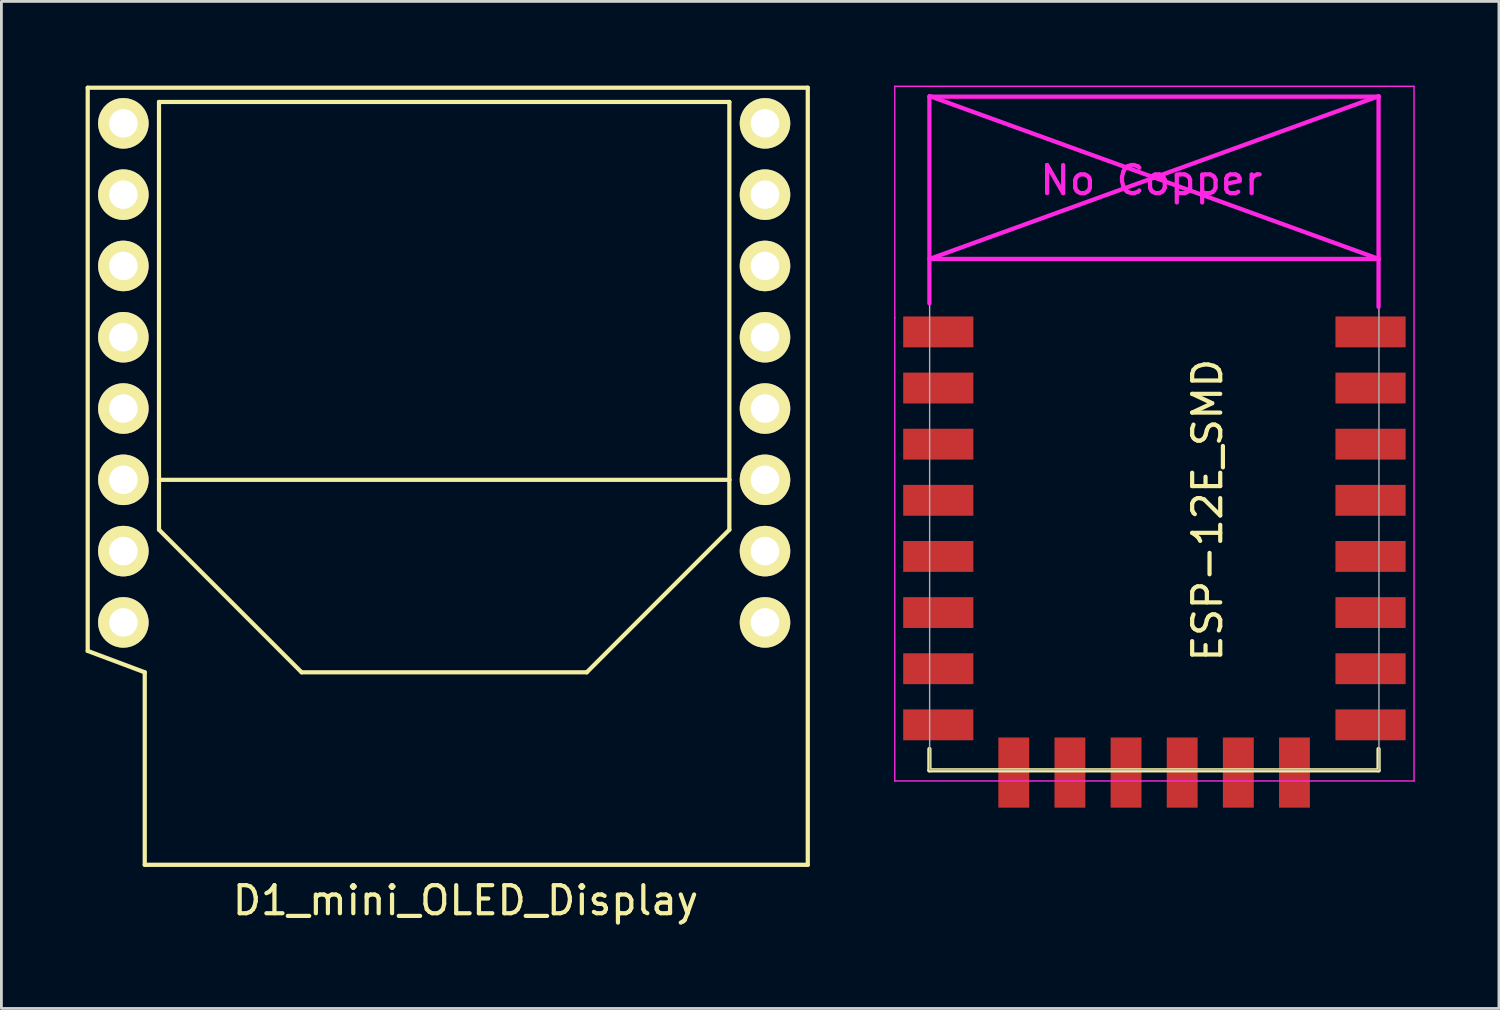
<source format=kicad_pcb>
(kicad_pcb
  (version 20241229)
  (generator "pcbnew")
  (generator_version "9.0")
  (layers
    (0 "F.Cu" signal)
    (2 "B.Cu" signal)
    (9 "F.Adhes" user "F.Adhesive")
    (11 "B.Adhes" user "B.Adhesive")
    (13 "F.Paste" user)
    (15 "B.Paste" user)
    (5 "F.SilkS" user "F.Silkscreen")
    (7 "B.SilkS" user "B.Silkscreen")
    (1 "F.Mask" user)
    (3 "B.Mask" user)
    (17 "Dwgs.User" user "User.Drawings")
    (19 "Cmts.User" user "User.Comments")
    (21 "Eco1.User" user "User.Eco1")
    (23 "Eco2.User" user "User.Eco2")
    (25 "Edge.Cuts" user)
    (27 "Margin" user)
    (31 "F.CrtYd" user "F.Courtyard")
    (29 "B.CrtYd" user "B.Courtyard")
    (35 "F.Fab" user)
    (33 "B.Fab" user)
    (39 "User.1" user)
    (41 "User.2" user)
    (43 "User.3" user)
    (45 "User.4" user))
  (footprint "D1_mini_OLED_Display"
    (layer "F.Cu")
    (at 12.775 11.505)
    (property "Reference" "D1_mini_OLED_Display" (at 0.762 17.526 0) (layer "F.SilkS") (effects (font (size 1 1) (thickness 0.15))))
    (attr through_hole)
    (fp_line (start -12.7 -11.43) (end 12.954 -11.43) (stroke (width 0.15) (type solid)) (layer "F.SilkS"))
    (fp_line (start -12.7 8.636) (end -12.7 -11.43) (stroke (width 0.15) (type solid)) (layer "F.SilkS"))
    (fp_line (start -10.668 9.398) (end -12.7 8.636) (stroke (width 0.15) (type solid)) (layer "F.SilkS"))
    (fp_line (start -10.668 16.256) (end -10.668 9.398) (stroke (width 0.15) (type solid)) (layer "F.SilkS"))
    (fp_line (start -10.16 -10.922) (end 10.16 -10.922) (stroke (width 0.15) (type solid)) (layer "F.SilkS"))
    (fp_line (start -10.16 2.54) (end -10.16 -10.922) (stroke (width 0.15) (type solid)) (layer "F.SilkS"))
    (fp_line (start -10.16 2.54) (end -10.16 4.318) (stroke (width 0.15) (type solid)) (layer "F.SilkS"))
    (fp_line (start -10.16 4.318) (end -5.08 9.398) (stroke (width 0.15) (type solid)) (layer "F.SilkS"))
    (fp_line (start 5.08 9.398) (end -5.08 9.398) (stroke (width 0.15) (type solid)) (layer "F.SilkS"))
    (fp_line (start 10.16 -10.922) (end 10.16 2.54) (stroke (width 0.15) (type solid)) (layer "F.SilkS"))
    (fp_line (start 10.16 2.54) (end -10.16 2.54) (stroke (width 0.15) (type solid)) (layer "F.SilkS"))
    (fp_line (start 10.16 2.54) (end 10.16 4.318) (stroke (width 0.15) (type solid)) (layer "F.SilkS"))
    (fp_line (start 10.16 4.318) (end 5.08 9.398) (stroke (width 0.15) (type solid)) (layer "F.SilkS"))
    (fp_line (start 12.954 -11.43) (end 12.954 16.256) (stroke (width 0.15) (type solid)) (layer "F.SilkS"))
    (fp_line (start 12.954 16.256) (end -10.668 16.256) (stroke (width 0.15) (type solid)) (layer "F.SilkS"))
    (pad "1" thru_hole circle (at 11.43 7.62) (size 1.8 1.8) (drill 1.016) (layers "*.Cu" "*.Mask" "F.SilkS"))
    (pad "2" thru_hole circle (at 11.43 5.08) (size 1.8 1.8) (drill 1.016) (layers "*.Cu" "*.Mask" "F.SilkS"))
    (pad "3" thru_hole circle (at 11.43 2.54) (size 1.8 1.8) (drill 1.016) (layers "*.Cu" "*.Mask" "F.SilkS"))
    (pad "4" thru_hole circle (at 11.43 0) (size 1.8 1.8) (drill 1.016) (layers "*.Cu" "*.Mask" "F.SilkS"))
    (pad "5" thru_hole circle (at 11.43 -2.54) (size 1.8 1.8) (drill 1.016) (layers "*.Cu" "*.Mask" "F.SilkS"))
    (pad "6" thru_hole circle (at 11.43 -5.08) (size 1.8 1.8) (drill 1.016) (layers "*.Cu" "*.Mask" "F.SilkS"))
    (pad "7" thru_hole circle (at 11.43 -7.62) (size 1.8 1.8) (drill 1.016) (layers "*.Cu" "*.Mask" "F.SilkS"))
    (pad "8" thru_hole circle (at 11.43 -10.16) (size 1.8 1.8) (drill 1.016) (layers "*.Cu" "*.Mask" "F.SilkS"))
    (pad "9" thru_hole circle (at -11.43 -10.16) (size 1.8 1.8) (drill 1.016) (layers "*.Cu" "*.Mask" "F.SilkS"))
    (pad "10" thru_hole circle (at -11.43 -7.62) (size 1.8 1.8) (drill 1.016) (layers "*.Cu" "*.Mask" "F.SilkS"))
    (pad "11" thru_hole circle (at -11.43 -5.08) (size 1.8 1.8) (drill 1.016) (layers "*.Cu" "*.Mask" "F.SilkS"))
    (pad "12" thru_hole circle (at -11.43 -2.54) (size 1.8 1.8) (drill 1.016) (layers "*.Cu" "*.Mask" "F.SilkS"))
    (pad "13" thru_hole circle (at -11.43 0) (size 1.8 1.8) (drill 1.016) (layers "*.Cu" "*.Mask" "F.SilkS"))
    (pad "14" thru_hole circle (at -11.43 2.54) (size 1.8 1.8) (drill 1.016) (layers "*.Cu" "*.Mask" "F.SilkS"))
    (pad "15" thru_hole circle (at -11.43 5.08) (size 1.8 1.8) (drill 1.016) (layers "*.Cu" "*.Mask" "F.SilkS"))
    (pad "16" thru_hole circle (at -11.43 7.62) (size 1.8 1.8) (drill 1.016) (layers "*.Cu" "*.Mask" "F.SilkS")))
  (footprint "ESP-12E_SMD"
    (layer "F.Cu")
    (at 31.079 8.775)
    (property "Reference" "ESP-12E_SMD" (at 8.89 6.35 90) (layer "F.SilkS") (effects (font (size 1 1) (thickness 0.15))))
    (attr through_hole)
    (fp_line (start -1.016 14.859) (end -1.016 15.621) (stroke (width 0.152) (type solid)) (layer "F.SilkS"))
    (fp_line (start -1.016 15.621) (end 14.986 15.621) (stroke (width 0.152) (type solid)) (layer "F.SilkS"))
    (fp_line (start 14.986 15.621) (end 14.986 14.859) (stroke (width 0.152) (type solid)) (layer "F.SilkS"))
    (fp_line (start -2.25 -8.75) (end 15.25 -8.75) (stroke (width 0.05) (type solid)) (layer "F.CrtYd"))
    (fp_line (start -2.25 -0.5) (end -2.25 -8.75) (stroke (width 0.05) (type solid)) (layer "F.CrtYd"))
    (fp_line (start -2.25 16) (end -2.25 -0.5) (stroke (width 0.05) (type solid)) (layer "F.CrtYd"))
    (fp_line (start -1.016 -8.382) (end -1.016 -1.016) (stroke (width 0.152) (type solid)) (layer "F.CrtYd"))
    (fp_line (start -1.016 -8.382) (end 14.986 -8.382) (stroke (width 0.152) (type solid)) (layer "F.CrtYd"))
    (fp_line (start -1.008 -8.4) (end 14.992 -2.6) (stroke (width 0.152) (type solid)) (layer "F.CrtYd"))
    (fp_line (start -1.008 -2.6) (end 14.992 -2.6) (stroke (width 0.152) (type solid)) (layer "F.CrtYd"))
    (fp_line (start 14.986 -8.382) (end 14.986 -0.889) (stroke (width 0.152) (type solid)) (layer "F.CrtYd"))
    (fp_line (start 14.992 -8.4) (end -1.008 -2.6) (stroke (width 0.152) (type solid)) (layer "F.CrtYd"))
    (fp_line (start 15.25 -8.75) (end 16.25 -8.75) (stroke (width 0.05) (type solid)) (layer "F.CrtYd"))
    (fp_line (start 16.25 -8.75) (end 16.25 16) (stroke (width 0.05) (type solid)) (layer "F.CrtYd"))
    (fp_line (start 16.25 16) (end -2.25 16) (stroke (width 0.05) (type solid)) (layer "F.CrtYd"))
    (fp_line (start -1.008 -8.4) (end 14.992 -8.4) (stroke (width 0.05) (type solid)) (layer "F.Fab"))
    (fp_line (start -1.008 15.6) (end -1.008 -8.4) (stroke (width 0.05) (type solid)) (layer "F.Fab"))
    (fp_line (start 14.992 15.6) (end -1.008 15.6) (stroke (width 0.05) (type solid)) (layer "F.Fab"))
    (fp_line (start 15 -8.4) (end 15 15.6) (stroke (width 0.05) (type solid)) (layer "F.Fab"))
    (fp_text user "No Copper" (at 6.892 -5.4 0) (layer "F.CrtYd") (effects (font (size 1 1) (thickness 0.15))))
    (pad "1" smd rect (at 0 0) (size 2.5 1.1) (drill (offset -0.7 0)) (layers "F.Cu" "F.Mask" "F.Paste"))
    (pad "2" smd rect (at 0 2) (size 2.5 1.1) (drill (offset -0.7 0)) (layers "F.Cu" "F.Mask" "F.Paste"))
    (pad "3" smd rect (at 0 4) (size 2.5 1.1) (drill (offset -0.7 0)) (layers "F.Cu" "F.Mask" "F.Paste"))
    (pad "4" smd rect (at 0 6) (size 2.5 1.1) (drill (offset -0.7 0)) (layers "F.Cu" "F.Mask" "F.Paste"))
    (pad "5" smd rect (at 0 8) (size 2.5 1.1) (drill (offset -0.7 0)) (layers "F.Cu" "F.Mask" "F.Paste"))
    (pad "6" smd rect (at 0 10) (size 2.5 1.1) (drill (offset -0.7 0)) (layers "F.Cu" "F.Mask" "F.Paste"))
    (pad "7" smd rect (at 0 12) (size 2.5 1.1) (drill (offset -0.7 0)) (layers "F.Cu" "F.Mask" "F.Paste"))
    (pad "8" smd rect (at 0 14) (size 2.5 1.1) (drill (offset -0.7 0)) (layers "F.Cu" "F.Mask" "F.Paste"))
    (pad "9" smd rect (at 14 14) (size 2.5 1.1) (drill (offset 0.7 0)) (layers "F.Cu" "F.Mask" "F.Paste"))
    (pad "10" smd rect (at 14 12) (size 2.5 1.1) (drill (offset 0.7 0)) (layers "F.Cu" "F.Mask" "F.Paste"))
    (pad "11" smd rect (at 14 10) (size 2.5 1.1) (drill (offset 0.7 0)) (layers "F.Cu" "F.Mask" "F.Paste"))
    (pad "12" smd rect (at 14 8) (size 2.5 1.1) (drill (offset 0.7 0)) (layers "F.Cu" "F.Mask" "F.Paste"))
    (pad "13" smd rect (at 14 6) (size 2.5 1.1) (drill (offset 0.7 0)) (layers "F.Cu" "F.Mask" "F.Paste"))
    (pad "14" smd rect (at 14 4) (size 2.5 1.1) (drill (offset 0.7 0)) (layers "F.Cu" "F.Mask" "F.Paste"))
    (pad "15" smd rect (at 14 2) (size 2.5 1.1) (drill (offset 0.7 0)) (layers "F.Cu" "F.Mask" "F.Paste"))
    (pad "16" smd rect (at 14 0) (size 2.5 1.1) (drill (offset 0.7 0)) (layers "F.Cu" "F.Mask" "F.Paste"))
    (pad "17" smd rect (at 1.99 15 90) (size 2.5 1.1) (drill (offset -0.7 0)) (layers "F.Cu" "F.Mask" "F.Paste"))
    (pad "18" smd rect (at 3.99 15 90) (size 2.5 1.1) (drill (offset -0.7 0)) (layers "F.Cu" "F.Mask" "F.Paste"))
    (pad "19" smd rect (at 5.99 15 90) (size 2.5 1.1) (drill (offset -0.7 0)) (layers "F.Cu" "F.Mask" "F.Paste"))
    (pad "20" smd rect (at 7.99 15 90) (size 2.5 1.1) (drill (offset -0.7 0)) (layers "F.Cu" "F.Mask" "F.Paste"))
    (pad "21" smd rect (at 9.99 15 90) (size 2.5 1.1) (drill (offset -0.7 0)) (layers "F.Cu" "F.Mask" "F.Paste"))
    (pad "22" smd rect (at 11.99 15 90) (size 2.5 1.1) (drill (offset -0.7 0)) (layers "F.Cu" "F.Mask" "F.Paste")))
  (gr_rect
    (start -3 -3)
    (end 50.354 32.879)
    (stroke (width 0.1) (type default))
    (fill no)
    (layer "Edge.Cuts")))
</source>
